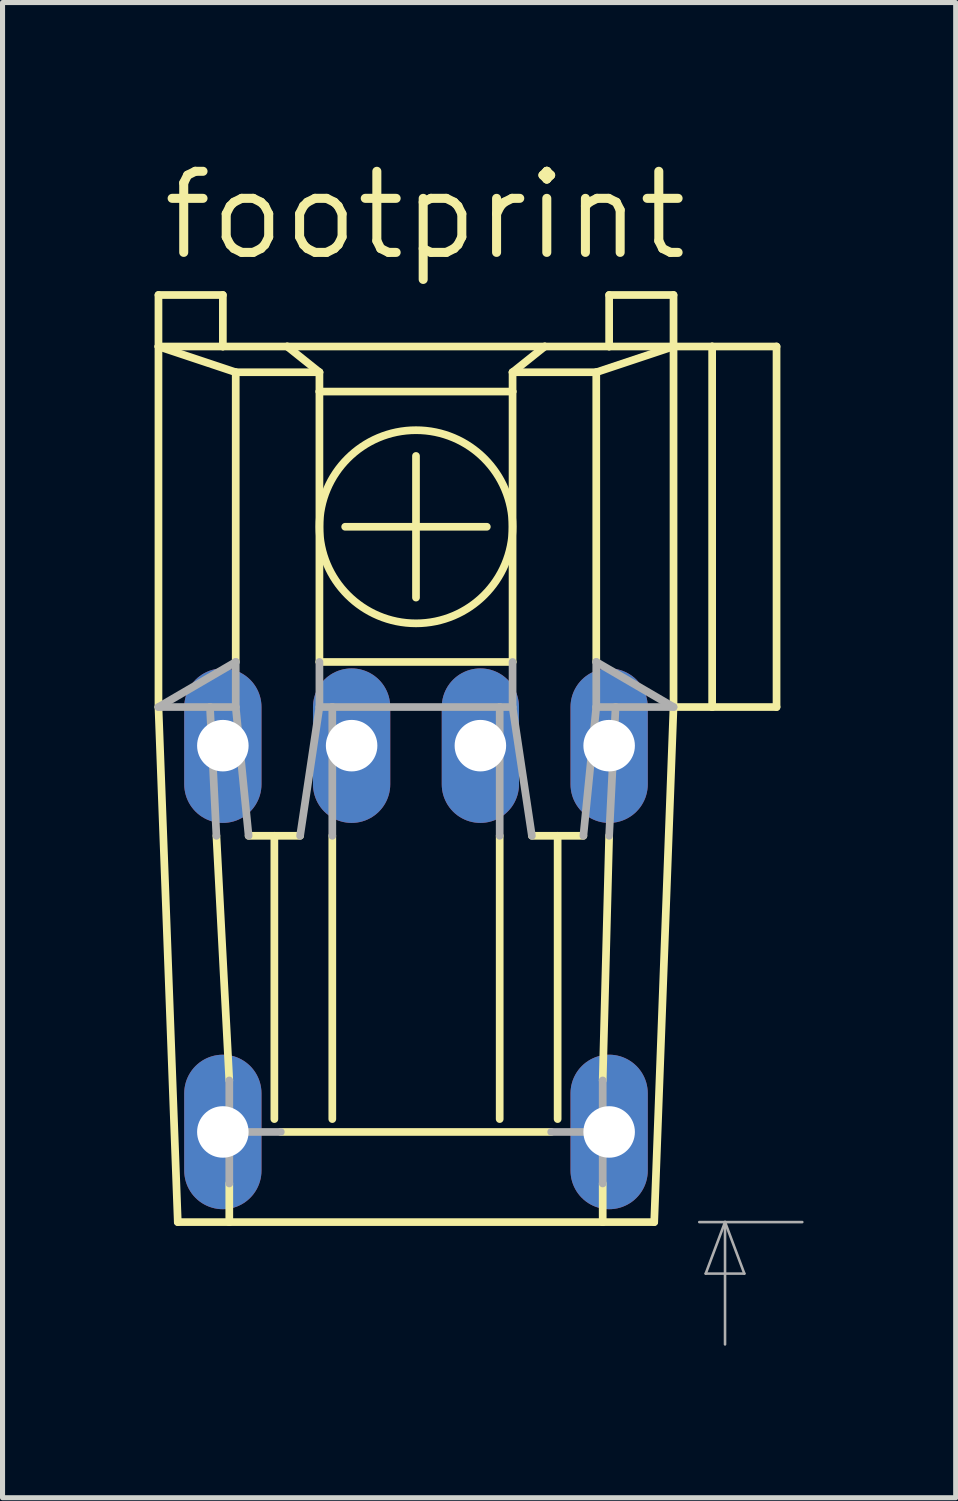
<source format=kicad_pcb>
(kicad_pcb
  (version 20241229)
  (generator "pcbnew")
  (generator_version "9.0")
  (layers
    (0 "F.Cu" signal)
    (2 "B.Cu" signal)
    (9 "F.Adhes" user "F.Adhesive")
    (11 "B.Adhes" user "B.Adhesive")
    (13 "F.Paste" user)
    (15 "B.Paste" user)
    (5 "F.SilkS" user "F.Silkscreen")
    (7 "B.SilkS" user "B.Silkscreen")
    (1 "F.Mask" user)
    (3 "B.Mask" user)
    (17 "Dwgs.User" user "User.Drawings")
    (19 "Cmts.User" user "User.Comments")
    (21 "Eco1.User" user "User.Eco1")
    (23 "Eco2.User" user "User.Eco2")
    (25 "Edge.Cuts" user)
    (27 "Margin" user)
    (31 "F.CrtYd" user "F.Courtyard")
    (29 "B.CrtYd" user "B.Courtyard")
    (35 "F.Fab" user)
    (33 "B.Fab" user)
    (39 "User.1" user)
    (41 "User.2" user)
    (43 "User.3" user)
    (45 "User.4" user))
  (footprint "footprint"
    (layer "F.Cu")
    (at 5.156 21.057)
    (property "Reference" "footprint" (at -5.08 -18.923 0) (layer "F.SilkS") (effects (font (size 1.6 1.6) (thickness 0.178)) (justify left bottom)))
    (fp_line (start -5.08 -18.288) (end -5.08 -17.272) (stroke (width 0.152) (type solid)) (layer "F.SilkS"))
    (fp_line (start -5.08 -18.288) (end -3.81 -18.288) (stroke (width 0.152) (type solid)) (layer "F.SilkS"))
    (fp_line (start -5.08 -17.272) (end -5.08 -10.16) (stroke (width 0.152) (type solid)) (layer "F.SilkS"))
    (fp_line (start -5.08 -10.16) (end -4.699 0) (stroke (width 0.152) (type solid)) (layer "F.SilkS"))
    (fp_line (start -4.699 0) (end -3.683 0) (stroke (width 0.152) (type solid)) (layer "F.SilkS"))
    (fp_line (start -3.937 -7.62) (end -3.683 -2.794) (stroke (width 0.152) (type solid)) (layer "F.SilkS"))
    (fp_line (start -3.81 -17.272) (end -5.08 -17.272) (stroke (width 0.152) (type solid)) (layer "F.SilkS"))
    (fp_line (start -3.81 -17.272) (end -3.81 -18.288) (stroke (width 0.152) (type solid)) (layer "F.SilkS"))
    (fp_line (start -3.81 -17.272) (end -2.54 -17.272) (stroke (width 0.152) (type solid)) (layer "F.SilkS"))
    (fp_line (start -3.683 0) (end -3.683 -0.762) (stroke (width 0.152) (type solid)) (layer "F.SilkS"))
    (fp_line (start -3.683 0) (end 3.683 0) (stroke (width 0.152) (type solid)) (layer "F.SilkS"))
    (fp_line (start -3.556 -16.764) (end -5.08 -17.272) (stroke (width 0.152) (type solid)) (layer "F.SilkS"))
    (fp_line (start -3.556 -11.049) (end -3.556 -16.764) (stroke (width 0.152) (type solid)) (layer "F.SilkS"))
    (fp_line (start -2.794 -7.62) (end -3.302 -7.62) (stroke (width 0.152) (type solid)) (layer "F.SilkS"))
    (fp_line (start -2.794 -7.62) (end -2.794 -2.032) (stroke (width 0.152) (type solid)) (layer "F.SilkS"))
    (fp_line (start -2.54 -17.272) (end 2.54 -17.272) (stroke (width 0.152) (type solid)) (layer "F.SilkS"))
    (fp_line (start -2.286 -7.62) (end -2.794 -7.62) (stroke (width 0.152) (type solid)) (layer "F.SilkS"))
    (fp_line (start -1.905 -16.764) (end -3.556 -16.764) (stroke (width 0.152) (type solid)) (layer "F.SilkS"))
    (fp_line (start -1.905 -16.764) (end -2.54 -17.272) (stroke (width 0.152) (type solid)) (layer "F.SilkS"))
    (fp_line (start -1.905 -16.764) (end -1.905 -16.383) (stroke (width 0.152) (type solid)) (layer "F.SilkS"))
    (fp_line (start -1.905 -16.383) (end -1.905 -11.049) (stroke (width 0.152) (type solid)) (layer "F.SilkS"))
    (fp_line (start -1.651 -7.62) (end -1.651 -2.032) (stroke (width 0.152) (type solid)) (layer "F.SilkS"))
    (fp_line (start -1.397 -13.716) (end 1.397 -13.716) (stroke (width 0.152) (type solid)) (layer "F.SilkS"))
    (fp_line (start 0 -12.319) (end 0 -15.113) (stroke (width 0.152) (type solid)) (layer "F.SilkS"))
    (fp_line (start 1.651 -7.62) (end 1.651 -2.032) (stroke (width 0.152) (type solid)) (layer "F.SilkS"))
    (fp_line (start 1.905 -16.764) (end 1.905 -16.383) (stroke (width 0.152) (type solid)) (layer "F.SilkS"))
    (fp_line (start 1.905 -16.764) (end 2.54 -17.272) (stroke (width 0.152) (type solid)) (layer "F.SilkS"))
    (fp_line (start 1.905 -16.383) (end -1.905 -16.383) (stroke (width 0.152) (type solid)) (layer "F.SilkS"))
    (fp_line (start 1.905 -16.383) (end 1.905 -11.049) (stroke (width 0.152) (type solid)) (layer "F.SilkS"))
    (fp_line (start 1.905 -11.049) (end -1.905 -11.049) (stroke (width 0.152) (type solid)) (layer "F.SilkS"))
    (fp_line (start 2.286 -7.62) (end 2.794 -7.62) (stroke (width 0.152) (type solid)) (layer "F.SilkS"))
    (fp_line (start 2.54 -17.272) (end 3.81 -17.272) (stroke (width 0.152) (type solid)) (layer "F.SilkS"))
    (fp_line (start 2.667 -1.778) (end -2.667 -1.778) (stroke (width 0.152) (type solid)) (layer "F.SilkS"))
    (fp_line (start 2.794 -7.62) (end 2.794 -2.032) (stroke (width 0.152) (type solid)) (layer "F.SilkS"))
    (fp_line (start 2.794 -7.62) (end 3.302 -7.62) (stroke (width 0.152) (type solid)) (layer "F.SilkS"))
    (fp_line (start 3.556 -16.764) (end 1.905 -16.764) (stroke (width 0.152) (type solid)) (layer "F.SilkS"))
    (fp_line (start 3.556 -16.764) (end 5.08 -17.272) (stroke (width 0.152) (type solid)) (layer "F.SilkS"))
    (fp_line (start 3.556 -11.049) (end 3.556 -16.764) (stroke (width 0.152) (type solid)) (layer "F.SilkS"))
    (fp_line (start 3.683 0) (end 3.683 -0.762) (stroke (width 0.152) (type solid)) (layer "F.SilkS"))
    (fp_line (start 3.683 0) (end 4.699 0) (stroke (width 0.152) (type solid)) (layer "F.SilkS"))
    (fp_line (start 3.81 -18.288) (end 5.08 -18.288) (stroke (width 0.152) (type solid)) (layer "F.SilkS"))
    (fp_line (start 3.81 -17.272) (end 3.81 -18.288) (stroke (width 0.152) (type solid)) (layer "F.SilkS"))
    (fp_line (start 3.81 -17.272) (end 5.08 -17.272) (stroke (width 0.152) (type solid)) (layer "F.SilkS"))
    (fp_line (start 3.81 -7.62) (end 3.683 -2.794) (stroke (width 0.152) (type solid)) (layer "F.SilkS"))
    (fp_line (start 5.08 -17.272) (end 5.08 -18.288) (stroke (width 0.152) (type solid)) (layer "F.SilkS"))
    (fp_line (start 5.08 -17.272) (end 5.08 -10.16) (stroke (width 0.152) (type solid)) (layer "F.SilkS"))
    (fp_line (start 5.08 -17.272) (end 5.842 -17.272) (stroke (width 0.152) (type solid)) (layer "F.SilkS"))
    (fp_line (start 5.08 -10.16) (end 4.699 0) (stroke (width 0.152) (type solid)) (layer "F.SilkS"))
    (fp_line (start 5.842 -17.272) (end 5.842 -10.16) (stroke (width 0.152) (type solid)) (layer "F.SilkS"))
    (fp_line (start 5.842 -17.272) (end 7.112 -17.272) (stroke (width 0.152) (type solid)) (layer "F.SilkS"))
    (fp_line (start 5.842 -10.16) (end 5.08 -10.16) (stroke (width 0.152) (type solid)) (layer "F.SilkS"))
    (fp_line (start 7.112 -10.16) (end 5.842 -10.16) (stroke (width 0.152) (type solid)) (layer "F.SilkS"))
    (fp_line (start 7.112 -10.16) (end 7.112 -17.272) (stroke (width 0.152) (type solid)) (layer "F.SilkS"))
    (fp_circle (center 0 -13.716) (end 1.905 -13.716) (stroke (width 0.152) (type solid)) (fill no) (layer "F.SilkS"))
    (fp_line (start -5.08 -10.16) (end -4.064 -10.16) (stroke (width 0.152) (type solid)) (layer "F.Fab"))
    (fp_line (start -4.064 -10.16) (end -3.937 -7.62) (stroke (width 0.152) (type solid)) (layer "F.Fab"))
    (fp_line (start -4.064 -10.16) (end -3.556 -10.16) (stroke (width 0.152) (type solid)) (layer "F.Fab"))
    (fp_line (start -3.683 -0.762) (end -3.683 -2.794) (stroke (width 0.152) (type solid)) (layer "F.Fab"))
    (fp_line (start -3.556 -11.049) (end -5.08 -10.16) (stroke (width 0.152) (type solid)) (layer "F.Fab"))
    (fp_line (start -3.556 -10.16) (end -3.556 -11.049) (stroke (width 0.152) (type solid)) (layer "F.Fab"))
    (fp_line (start -3.302 -7.62) (end -3.556 -10.16) (stroke (width 0.152) (type solid)) (layer "F.Fab"))
    (fp_line (start -2.667 -1.778) (end -3.556 -1.778) (stroke (width 0.152) (type solid)) (layer "F.Fab"))
    (fp_line (start -1.905 -11.049) (end -1.905 -10.16) (stroke (width 0.152) (type solid)) (layer "F.Fab"))
    (fp_line (start -1.905 -10.16) (end -2.286 -7.62) (stroke (width 0.152) (type solid)) (layer "F.Fab"))
    (fp_line (start -1.905 -10.16) (end -1.651 -10.16) (stroke (width 0.152) (type solid)) (layer "F.Fab"))
    (fp_line (start -1.651 -10.16) (end -1.651 -7.62) (stroke (width 0.152) (type solid)) (layer "F.Fab"))
    (fp_line (start -1.651 -10.16) (end 1.651 -10.16) (stroke (width 0.152) (type solid)) (layer "F.Fab"))
    (fp_line (start 1.651 -10.16) (end 1.651 -7.62) (stroke (width 0.152) (type solid)) (layer "F.Fab"))
    (fp_line (start 1.651 -10.16) (end 1.905 -10.16) (stroke (width 0.152) (type solid)) (layer "F.Fab"))
    (fp_line (start 1.905 -11.049) (end 1.905 -10.16) (stroke (width 0.152) (type solid)) (layer "F.Fab"))
    (fp_line (start 1.905 -10.16) (end 2.286 -7.62) (stroke (width 0.152) (type solid)) (layer "F.Fab"))
    (fp_line (start 3.302 -7.62) (end 3.556 -10.16) (stroke (width 0.152) (type solid)) (layer "F.Fab"))
    (fp_line (start 3.556 -11.049) (end 5.08 -10.16) (stroke (width 0.152) (type solid)) (layer "F.Fab"))
    (fp_line (start 3.556 -10.16) (end 3.556 -11.049) (stroke (width 0.152) (type solid)) (layer "F.Fab"))
    (fp_line (start 3.556 -10.16) (end 3.937 -10.16) (stroke (width 0.152) (type solid)) (layer "F.Fab"))
    (fp_line (start 3.556 -1.778) (end 2.667 -1.778) (stroke (width 0.152) (type solid)) (layer "F.Fab"))
    (fp_line (start 3.683 -0.762) (end 3.683 -2.794) (stroke (width 0.152) (type solid)) (layer "F.Fab"))
    (fp_line (start 3.937 -10.16) (end 3.81 -7.62) (stroke (width 0.152) (type solid)) (layer "F.Fab"))
    (fp_line (start 3.937 -10.16) (end 5.08 -10.16) (stroke (width 0.152) (type solid)) (layer "F.Fab"))
    (fp_line (start 5.715 1.016) (end 6.477 1.016) (stroke (width 0.051) (type solid)) (layer "F.Fab"))
    (fp_line (start 6.096 0) (end 5.588 0) (stroke (width 0.051) (type solid)) (layer "F.Fab"))
    (fp_line (start 6.096 0) (end 5.715 1.016) (stroke (width 0.051) (type solid)) (layer "F.Fab"))
    (fp_line (start 6.096 0) (end 6.096 2.413) (stroke (width 0.051) (type solid)) (layer "F.Fab"))
    (fp_line (start 6.477 1.016) (end 6.096 0) (stroke (width 0.051) (type solid)) (layer "F.Fab"))
    (fp_line (start 7.62 0) (end 6.096 0) (stroke (width 0.051) (type solid)) (layer "F.Fab"))
    (pad "1" thru_hole oval (at 3.81 -9.398 90) (size 3.048 1.524) (drill 1.016) (layers "*.Cu" "*.Mask"))
    (pad "2" thru_hole oval (at 1.27 -9.398 90) (size 3.048 1.524) (drill 1.016) (layers "*.Cu" "*.Mask"))
    (pad "3" thru_hole oval (at -1.27 -9.398 90) (size 3.048 1.524) (drill 1.016) (layers "*.Cu" "*.Mask"))
    (pad "4" thru_hole oval (at -3.81 -9.398 90) (size 3.048 1.524) (drill 1.016) (layers "*.Cu" "*.Mask"))
    (pad "5" thru_hole oval (at -3.81 -1.778 90) (size 3.048 1.524) (drill 1.016) (layers "*.Cu" "*.Mask"))
    (pad "8" thru_hole oval (at 3.81 -1.778 90) (size 3.048 1.524) (drill 1.016) (layers "*.Cu" "*.Mask")))
  (gr_rect
    (start -3 -3)
    (end 15.802 26.495)
    (stroke (width 0.1) (type default))
    (fill no)
    (layer "Edge.Cuts")))
</source>
